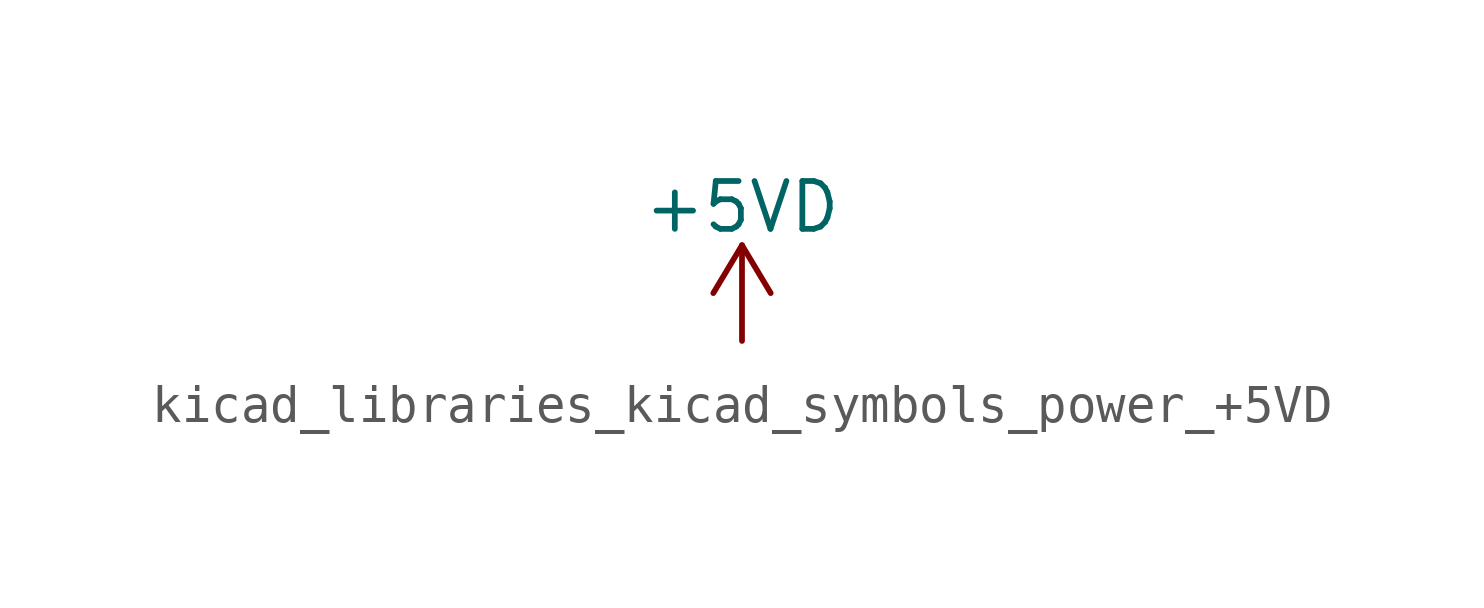
<source format=kicad_sym>
(kicad_symbol_lib
  (version 20220914)
  (generator kicad_symbol_editor)
  (symbol "kicad_libraries_kicad_symbols_power_+5VD"
    (power)
    (pin_names
      (offset 0))
    (property "Reference" "#PWR"
      (at 0 -3.81 0)
      (effects (font (size 1.27 1.27)) hide))
    (property "Value" "+5VD"
      (at 0 3.556 0)
      (effects (font (size 1.27 1.27))))
    (symbol "kicad_libraries_kicad_symbols_power_+5VD_0_1"
      (polyline (pts (xy -0.762 1.27) (xy 0 2.54)) (stroke (width 0) (type default)) (fill (type none)))
      (polyline (pts (xy 0 0) (xy 0 2.54)) (stroke (width 0) (type default)) (fill (type none)))
      (polyline (pts (xy 0 2.54) (xy 0.762 1.27)) (stroke (width 0) (type default)) (fill (type none))))
    (symbol "kicad_libraries_kicad_symbols_power_+5VD_1_1"
      (pin power_in line (at 0 0 90) (length 0) hide (name "+5VD" (effects (font (size 1.27 1.27)))) (number "1" (effects (font (size 1.27 1.27))))))))
</source>
